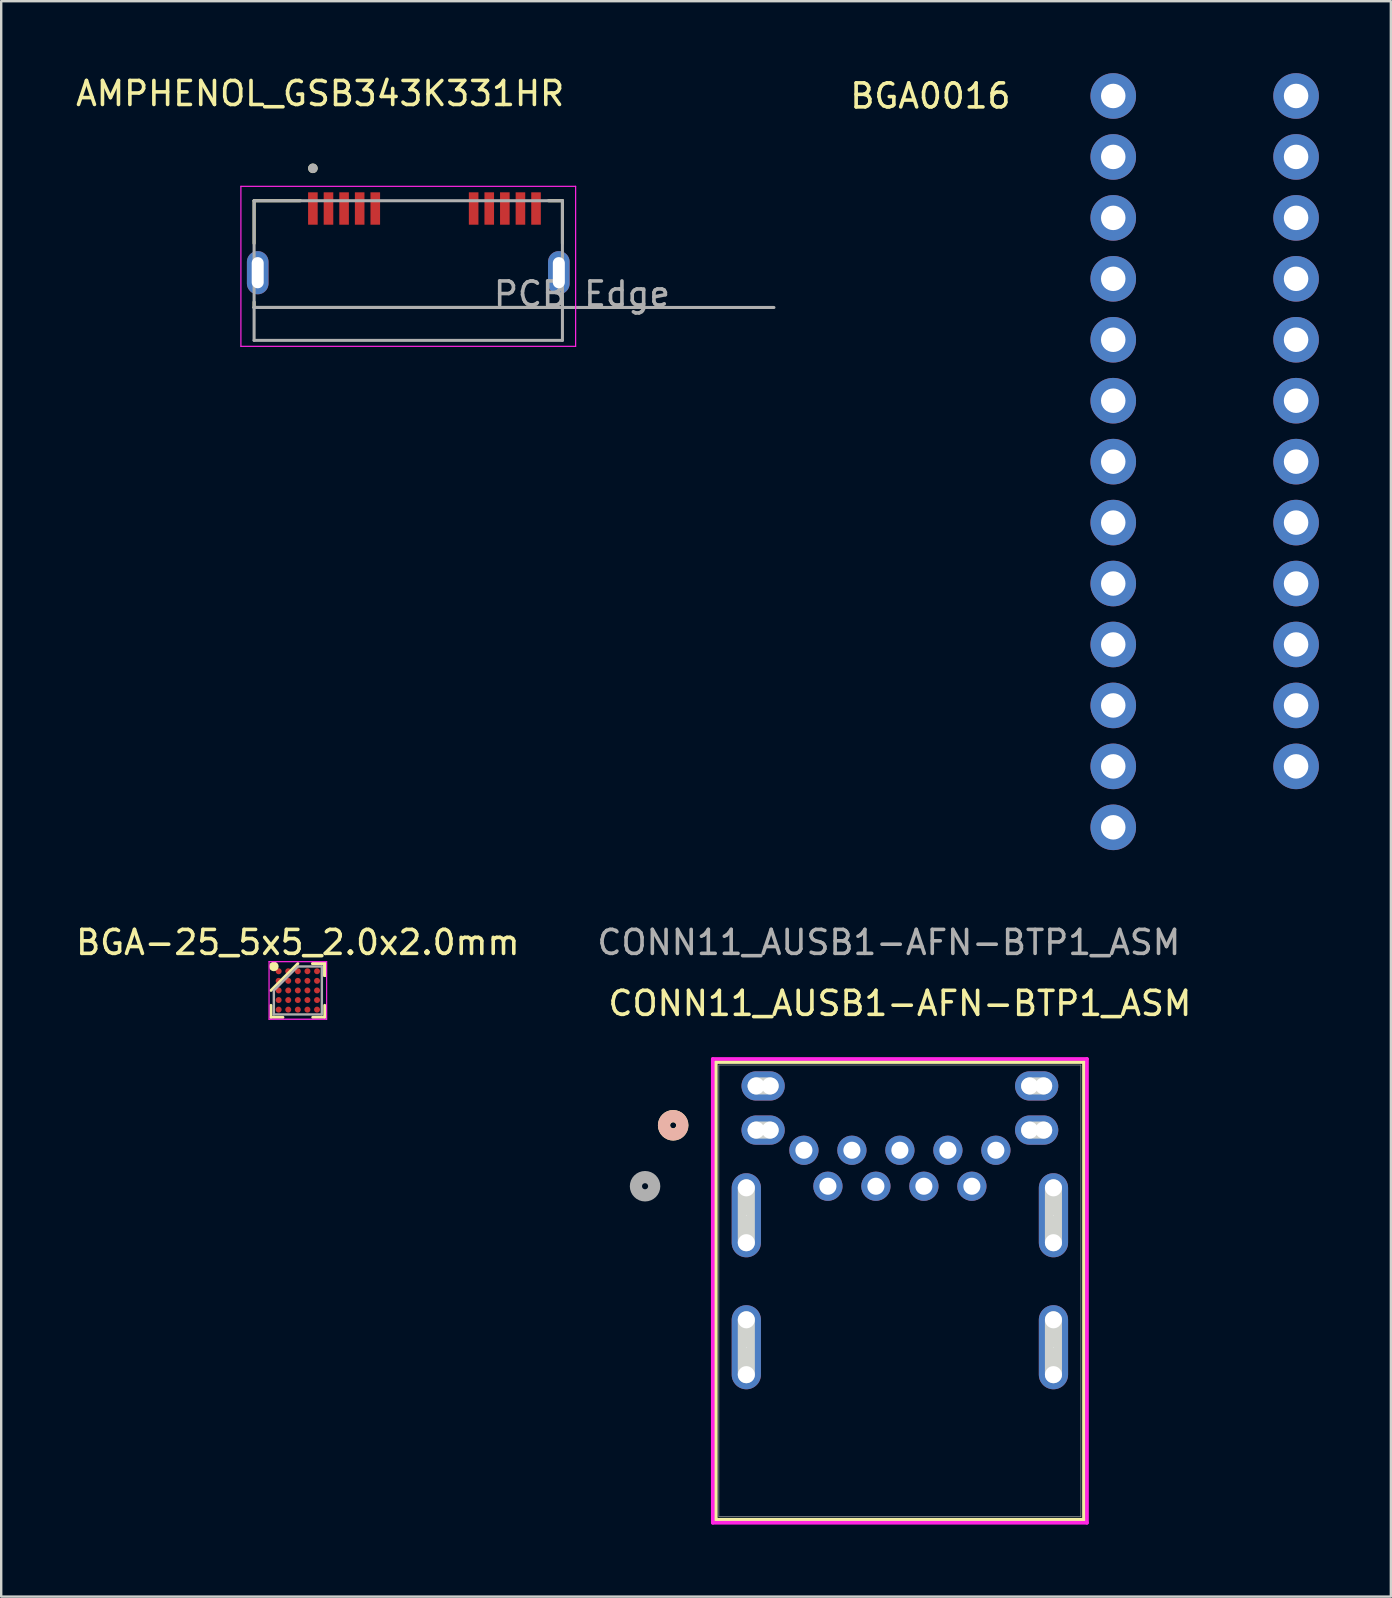
<source format=kicad_pcb>
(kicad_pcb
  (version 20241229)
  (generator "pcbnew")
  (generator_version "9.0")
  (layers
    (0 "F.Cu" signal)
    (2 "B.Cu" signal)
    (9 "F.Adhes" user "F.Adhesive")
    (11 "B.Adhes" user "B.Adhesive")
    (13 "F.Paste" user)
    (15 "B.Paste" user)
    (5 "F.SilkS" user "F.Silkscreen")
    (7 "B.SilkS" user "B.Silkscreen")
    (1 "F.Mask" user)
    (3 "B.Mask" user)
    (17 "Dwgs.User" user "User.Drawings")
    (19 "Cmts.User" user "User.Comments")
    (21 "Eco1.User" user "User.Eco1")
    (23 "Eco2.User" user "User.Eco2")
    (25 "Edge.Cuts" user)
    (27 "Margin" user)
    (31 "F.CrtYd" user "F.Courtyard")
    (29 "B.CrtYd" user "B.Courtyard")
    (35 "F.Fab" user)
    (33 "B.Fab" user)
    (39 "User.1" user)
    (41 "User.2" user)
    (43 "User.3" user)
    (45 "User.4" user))
  (footprint "CONN11_AUSB1-AFN-BTP1_ASM"
    (layer "F.Cu")
    (at 31.454 46.388)
    (property "Reference" "CONN11_AUSB1-AFN-BTP1_ASM" (at 3 -7.62 0) (unlocked yes) (layer "F.SilkS") (effects (font (size 1 1) (thickness 0.15))))
    (attr through_hole)
    (fp_line (start -4.671 -5.177) (end -4.671 13.898) (stroke (width 0.152) (type solid)) (layer "F.SilkS"))
    (fp_line (start -4.671 13.898) (end 10.671 13.898) (stroke (width 0.152) (type solid)) (layer "F.SilkS"))
    (fp_line (start 10.671 -5.177) (end -4.671 -5.177) (stroke (width 0.152) (type solid)) (layer "F.SilkS"))
    (fp_line (start 10.671 13.898) (end 10.671 -5.177) (stroke (width 0.152) (type solid)) (layer "F.SilkS"))
    (fp_circle (center -6.449 -2.54) (end -6.068 -2.54) (stroke (width 0.508) (type solid)) (fill no) (layer "F.SilkS"))
    (fp_circle (center -6.449 -2.54) (end -6.068 -2.54) (stroke (width 0.508) (type solid)) (fill no) (layer "B.SilkS"))
    (fp_line (start -3.4 2.353) (end -3.4 0.067) (stroke (width 0.711) (type solid)) (layer "Edge.Cuts"))
    (fp_line (start -3.4 7.853) (end -3.4 5.567) (stroke (width 0.711) (type solid)) (layer "Edge.Cuts"))
    (fp_line (start -2.992 -4.18) (end -2.408 -4.18) (stroke (width 0.711) (type solid)) (layer "Edge.Cuts"))
    (fp_line (start -2.992 -2.34) (end -2.408 -2.34) (stroke (width 0.711) (type solid)) (layer "Edge.Cuts"))
    (fp_line (start 8.408 -4.18) (end 8.992 -4.18) (stroke (width 0.711) (type solid)) (layer "Edge.Cuts"))
    (fp_line (start 8.408 -2.34) (end 8.992 -2.34) (stroke (width 0.711) (type solid)) (layer "Edge.Cuts"))
    (fp_line (start 9.4 2.353) (end 9.4 0.067) (stroke (width 0.711) (type solid)) (layer "Edge.Cuts"))
    (fp_line (start 9.4 7.853) (end 9.4 5.567) (stroke (width 0.711) (type solid)) (layer "Edge.Cuts"))
    (fp_line (start -4.798 -5.304) (end -4.798 14.025) (stroke (width 0.152) (type solid)) (layer "F.CrtYd"))
    (fp_line (start -4.798 14.025) (end 10.798 14.025) (stroke (width 0.152) (type solid)) (layer "F.CrtYd"))
    (fp_line (start 10.798 -5.304) (end -4.798 -5.304) (stroke (width 0.152) (type solid)) (layer "F.CrtYd"))
    (fp_line (start 10.798 14.025) (end 10.798 -5.304) (stroke (width 0.152) (type solid)) (layer "F.CrtYd"))
    (fp_line (start -4.544 -5.05) (end -4.544 13.771) (stroke (width 0.025) (type solid)) (layer "F.Fab"))
    (fp_line (start -4.544 13.771) (end 10.544 13.771) (stroke (width 0.025) (type solid)) (layer "F.Fab"))
    (fp_line (start 10.544 -5.05) (end -4.544 -5.05) (stroke (width 0.025) (type solid)) (layer "F.Fab"))
    (fp_line (start 10.544 13.771) (end 10.544 -5.05) (stroke (width 0.025) (type solid)) (layer "F.Fab"))
    (fp_circle (center -7.62 0) (end -7.239 0) (stroke (width 0.508) (type solid)) (fill no) (layer "F.Fab"))
    (fp_text user "${REFERENCE}" (at 2.54 -10.16 0) (unlocked yes) (layer "F.Fab") (effects (font (size 1 1) (thickness 0.15))))
    (pad "" np_thru_hole circle (at -3.4 0.067) (size 0.711 0.711) (drill 0.711) (layers "*.Cu" "*.Mask"))
    (pad "" np_thru_hole circle (at -3.4 2.353) (size 0.711 0.711) (drill 0.711) (layers "*.Cu" "*.Mask"))
    (pad "" np_thru_hole circle (at -3.4 5.567) (size 0.711 0.711) (drill 0.711) (layers "*.Cu" "*.Mask"))
    (pad "" np_thru_hole circle (at -3.4 7.853) (size 0.711 0.711) (drill 0.711) (layers "*.Cu" "*.Mask"))
    (pad "" np_thru_hole circle (at -2.992 -4.18) (size 0.711 0.711) (drill 0.711) (layers "*.Cu" "*.Mask"))
    (pad "" np_thru_hole circle (at -2.992 -2.34) (size 0.711 0.711) (drill 0.711) (layers "*.Cu" "*.Mask"))
    (pad "" np_thru_hole circle (at -2.408 -4.18) (size 0.711 0.711) (drill 0.711) (layers "*.Cu" "*.Mask"))
    (pad "" np_thru_hole circle (at -2.408 -2.34) (size 0.711 0.711) (drill 0.711) (layers "*.Cu" "*.Mask"))
    (pad "" np_thru_hole circle (at 8.408 -4.18) (size 0.711 0.711) (drill 0.711) (layers "*.Cu" "*.Mask"))
    (pad "" np_thru_hole circle (at 8.408 -2.34) (size 0.711 0.711) (drill 0.711) (layers "*.Cu" "*.Mask"))
    (pad "" np_thru_hole circle (at 8.992 -4.18) (size 0.711 0.711) (drill 0.711) (layers "*.Cu" "*.Mask"))
    (pad "" np_thru_hole circle (at 8.992 -2.34) (size 0.711 0.711) (drill 0.711) (layers "*.Cu" "*.Mask"))
    (pad "" np_thru_hole circle (at 9.4 0.067) (size 0.711 0.711) (drill 0.711) (layers "*.Cu" "*.Mask"))
    (pad "" np_thru_hole circle (at 9.4 2.353) (size 0.711 0.711) (drill 0.711) (layers "*.Cu" "*.Mask"))
    (pad "" np_thru_hole circle (at 9.4 5.567) (size 0.711 0.711) (drill 0.711) (layers "*.Cu" "*.Mask"))
    (pad "" np_thru_hole circle (at 9.4 7.853) (size 0.711 0.711) (drill 0.711) (layers "*.Cu" "*.Mask"))
    (pad "1" thru_hole circle (at 0 0) (size 1.219 1.219) (drill 0.711) (layers "*.Cu" "*.Mask"))
    (pad "2" thru_hole circle (at 2 0) (size 1.219 1.219) (drill 0.711) (layers "*.Cu" "*.Mask"))
    (pad "3" thru_hole circle (at 4 0) (size 1.219 1.219) (drill 0.711) (layers "*.Cu" "*.Mask"))
    (pad "4" thru_hole circle (at 6 0) (size 1.219 1.219) (drill 0.711) (layers "*.Cu" "*.Mask"))
    (pad "5" thru_hole circle (at 7 -1.5) (size 1.219 1.219) (drill 0.711) (layers "*.Cu" "*.Mask"))
    (pad "6" thru_hole circle (at 5 -1.5) (size 1.219 1.219) (drill 0.711) (layers "*.Cu" "*.Mask"))
    (pad "7" thru_hole circle (at 3 -1.5) (size 1.219 1.219) (drill 0.711) (layers "*.Cu" "*.Mask"))
    (pad "8" thru_hole circle (at 1 -1.5) (size 1.219 1.219) (drill 0.711) (layers "*.Cu" "*.Mask"))
    (pad "9" thru_hole circle (at -1 -1.5) (size 1.219 1.219) (drill 0.711) (layers "*.Cu" "*.Mask"))
    (pad "10" thru_hole oval (at -2.7 -2.34) (size 1.803 1.219) (drill oval 0.025) (layers "*.Cu" "*.Mask"))
    (pad "11" thru_hole oval (at 8.7 -2.34) (size 1.803 1.219) (drill 0.025) (layers "*.Cu" "*.Mask"))
    (pad "12" thru_hole oval (at -2.7 -4.18) (size 1.803 1.219) (drill 0.025) (layers "*.Cu" "*.Mask"))
    (pad "13" thru_hole oval (at 8.7 -4.18) (size 1.803 1.219) (drill 0.025) (layers "*.Cu" "*.Mask"))
    (pad "14" thru_hole oval (at -3.4 1.21 90) (size 3.505 1.219) (drill 0.025) (layers "*.Cu" "*.Mask"))
    (pad "15" thru_hole oval (at 9.4 1.21 90) (size 3.505 1.219) (drill 0.025) (layers "*.Cu" "*.Mask"))
    (pad "16" thru_hole oval (at -3.4 6.71 90) (size 3.505 1.219) (drill 0.025) (layers "*.Cu" "*.Mask"))
    (pad "17" thru_hole oval (at 9.4 6.71 90) (size 3.505 1.219) (drill 0.025) (layers "*.Cu" "*.Mask")))
  (footprint "BGA-25_5x5_2.0x2.0mm"
    (layer "F.Cu")
    (at 9.363 38.228)
    (property "Reference" "BGA-25_5x5_2.0x2.0mm" (at 0 -2 0) (layer "F.SilkS") (effects (font (size 1 1) (thickness 0.15))))
    (attr smd)
    (fp_line (start -1.12 1.12) (end -1.12 0.62) (stroke (width 0.12) (type solid)) (layer "F.SilkS"))
    (fp_line (start -0.62 1.12) (end -1.12 1.12) (stroke (width 0.12) (type solid)) (layer "F.SilkS"))
    (fp_line (start 0 -1.12) (end -1.12 0) (stroke (width 0.12) (type solid)) (layer "F.SilkS"))
    (fp_line (start 0.62 -1.12) (end 1.12 -1.12) (stroke (width 0.12) (type solid)) (layer "F.SilkS"))
    (fp_line (start 0.62 -1.12) (end 1.12 -1.12) (stroke (width 0.12) (type solid)) (layer "F.SilkS"))
    (fp_line (start 0.62 -1.12) (end 1.12 -1.12) (stroke (width 0.12) (type solid)) (layer "F.SilkS"))
    (fp_line (start 0.62 1.12) (end 1.12 1.12) (stroke (width 0.12) (type solid)) (layer "F.SilkS"))
    (fp_line (start 1.12 -1.12) (end 1.12 -0.62) (stroke (width 0.12) (type solid)) (layer "F.SilkS"))
    (fp_line (start 1.12 -1.12) (end 1.12 -0.62) (stroke (width 0.12) (type solid)) (layer "F.SilkS"))
    (fp_line (start 1.12 -1.12) (end 1.12 -0.62) (stroke (width 0.12) (type solid)) (layer "F.SilkS"))
    (fp_line (start 1.12 1.12) (end 1.12 0.62) (stroke (width 0.12) (type solid)) (layer "F.SilkS"))
    (fp_circle (center -1 -1) (end -1 -0.9) (stroke (width 0.2) (type solid)) (fill no) (layer "F.SilkS"))
    (fp_line (start -1.2 -1.2) (end 1.2 -1.2) (stroke (width 0.05) (type solid)) (layer "F.CrtYd"))
    (fp_line (start -1.2 1.2) (end -1.2 -1.2) (stroke (width 0.05) (type solid)) (layer "F.CrtYd"))
    (fp_line (start 1.2 -1.2) (end 1.2 1.2) (stroke (width 0.05) (type solid)) (layer "F.CrtYd"))
    (fp_line (start 1.2 1.2) (end -1.2 1.2) (stroke (width 0.05) (type solid)) (layer "F.CrtYd"))
    (fp_line (start -1 0) (end -1 1) (stroke (width 0.1) (type solid)) (layer "F.Fab"))
    (fp_line (start -1 1) (end 1 1) (stroke (width 0.1) (type solid)) (layer "F.Fab"))
    (fp_line (start 0 -1) (end -1 0) (stroke (width 0.1) (type solid)) (layer "F.Fab"))
    (fp_line (start 1 -1) (end 0 -1) (stroke (width 0.1) (type solid)) (layer "F.Fab"))
    (fp_line (start 1 1) (end 1 -1) (stroke (width 0.1) (type solid)) (layer "F.Fab"))
    (pad "A1" smd circle (at -0.8 -0.8) (size 0.25 0.25) (layers "F.Cu" "F.Mask" "F.Paste"))
    (pad "A2" smd circle (at -0.4 -0.8) (size 0.25 0.25) (layers "F.Cu" "F.Mask" "F.Paste"))
    (pad "A3" smd circle (at 0 -0.8) (size 0.25 0.25) (layers "F.Cu" "F.Mask" "F.Paste"))
    (pad "A4" smd circle (at 0.4 -0.8) (size 0.25 0.25) (layers "F.Cu" "F.Mask" "F.Paste"))
    (pad "A5" smd circle (at 0.8 -0.8) (size 0.25 0.25) (layers "F.Cu" "F.Mask" "F.Paste"))
    (pad "B1" smd circle (at -0.8 -0.4) (size 0.25 0.25) (layers "F.Cu" "F.Mask" "F.Paste"))
    (pad "B2" smd circle (at -0.4 -0.4) (size 0.25 0.25) (layers "F.Cu" "F.Mask" "F.Paste"))
    (pad "B3" smd circle (at 0 -0.4) (size 0.25 0.25) (layers "F.Cu" "F.Mask" "F.Paste"))
    (pad "B4" smd circle (at 0.4 -0.4) (size 0.25 0.25) (layers "F.Cu" "F.Mask" "F.Paste"))
    (pad "B5" smd circle (at 0.8 -0.4) (size 0.25 0.25) (layers "F.Cu" "F.Mask" "F.Paste"))
    (pad "C1" smd circle (at -0.8 0) (size 0.25 0.25) (layers "F.Cu" "F.Mask" "F.Paste"))
    (pad "C2" smd circle (at -0.4 0) (size 0.25 0.25) (layers "F.Cu" "F.Mask" "F.Paste"))
    (pad "C3" smd circle (at 0 0) (size 0.25 0.25) (layers "F.Cu" "F.Mask" "F.Paste"))
    (pad "C4" smd circle (at 0.4 0) (size 0.25 0.25) (layers "F.Cu" "F.Mask" "F.Paste"))
    (pad "C5" smd circle (at 0.8 0) (size 0.25 0.25) (layers "F.Cu" "F.Mask" "F.Paste"))
    (pad "D1" smd circle (at -0.8 0.4) (size 0.25 0.25) (layers "F.Cu" "F.Mask" "F.Paste"))
    (pad "D2" smd circle (at -0.4 0.4) (size 0.25 0.25) (layers "F.Cu" "F.Mask" "F.Paste"))
    (pad "D3" smd circle (at 0 0.4) (size 0.25 0.25) (layers "F.Cu" "F.Mask" "F.Paste"))
    (pad "D4" smd circle (at 0.4 0.4) (size 0.25 0.25) (layers "F.Cu" "F.Mask" "F.Paste"))
    (pad "D5" smd circle (at 0.8 0.4) (size 0.25 0.25) (layers "F.Cu" "F.Mask" "F.Paste"))
    (pad "E1" smd circle (at -0.8 0.8) (size 0.25 0.25) (layers "F.Cu" "F.Mask" "F.Paste"))
    (pad "E2" smd circle (at -0.4 0.8) (size 0.25 0.25) (layers "F.Cu" "F.Mask" "F.Paste"))
    (pad "E3" smd circle (at 0 0.8) (size 0.25 0.25) (layers "F.Cu" "F.Mask" "F.Paste"))
    (pad "E4" smd circle (at 0.4 0.8) (size 0.25 0.25) (layers "F.Cu" "F.Mask" "F.Paste"))
    (pad "E5" smd circle (at 0.8 0.8) (size 0.25 0.25) (layers "F.Cu" "F.Mask" "F.Paste")))
  (footprint "BGA0016"
    (layer "F.Cu")
    (at 48.426 9.84)
    (property "Reference" "BGA0016" (at -12.7 -8.89 0) (layer "F.SilkS") (effects (font (size 1 1) (thickness 0.15))))
    (attr through_hole)
    (pad "A1" thru_hole circle (at -5.08 -8.89) (size 1.9 1.9) (drill 1.02) (layers "*.Cu" "*.Mask"))
    (pad "A2" thru_hole circle (at -5.08 -6.35) (size 1.9 1.9) (drill 1.02) (layers "*.Cu" "*.Mask"))
    (pad "A3" thru_hole circle (at -5.08 -3.81) (size 1.9 1.9) (drill 1.02) (layers "*.Cu" "*.Mask"))
    (pad "A4" thru_hole circle (at 2.54 -8.89) (size 1.9 1.9) (drill 1.02) (layers "*.Cu" "*.Mask"))
    (pad "A5" thru_hole circle (at 2.54 -6.35) (size 1.9 1.9) (drill 1.02) (layers "*.Cu" "*.Mask"))
    (pad "B1" thru_hole circle (at -5.08 -1.27) (size 1.9 1.9) (drill 1.02) (layers "*.Cu" "*.Mask"))
    (pad "B2" thru_hole circle (at -5.08 1.27) (size 1.9 1.9) (drill 1.02) (layers "*.Cu" "*.Mask"))
    (pad "B3" thru_hole circle (at 2.54 -3.81) (size 1.9 1.9) (drill 1.02) (layers "*.Cu" "*.Mask"))
    (pad "B4" thru_hole circle (at 2.54 -1.27) (size 1.9 1.9) (drill 1.02) (layers "*.Cu" "*.Mask"))
    (pad "B5" thru_hole circle (at 2.54 1.27) (size 1.9 1.9) (drill 1.02) (layers "*.Cu" "*.Mask"))
    (pad "C1" thru_hole circle (at -5.08 3.81) (size 1.9 1.9) (drill 1.02) (layers "*.Cu" "*.Mask"))
    (pad "C2" thru_hole circle (at -5.08 6.35) (size 1.9 1.9) (drill 1.02) (layers "*.Cu" "*.Mask"))
    (pad "C3" thru_hole circle (at -5.08 8.89) (size 1.9 1.9) (drill 1.02) (layers "*.Cu" "*.Mask"))
    (pad "C4" thru_hole circle (at 2.54 3.81) (size 1.9 1.9) (drill 1.02) (layers "*.Cu" "*.Mask"))
    (pad "C5" thru_hole circle (at 2.54 6.35) (size 1.9 1.9) (drill 1.02) (layers "*.Cu" "*.Mask"))
    (pad "D1" thru_hole circle (at -5.08 11.43) (size 1.9 1.9) (drill 1.02) (layers "*.Cu" "*.Mask"))
    (pad "D2" thru_hole circle (at -5.08 13.97) (size 1.9 1.9) (drill 1.02) (layers "*.Cu" "*.Mask"))
    (pad "D3" thru_hole circle (at 2.54 8.89) (size 1.9 1.9) (drill 1.02) (layers "*.Cu" "*.Mask"))
    (pad "D4" thru_hole circle (at 2.54 11.43) (size 1.9 1.9) (drill 1.02) (layers "*.Cu" "*.Mask"))
    (pad "D5" thru_hole circle (at 2.54 13.97) (size 1.9 1.9) (drill 1.02) (layers "*.Cu" "*.Mask"))
    (pad "E1" thru_hole circle (at -5.08 16.51) (size 1.9 1.9) (drill 1.02) (layers "*.Cu" "*.Mask"))
    (pad "E2" thru_hole circle (at -5.08 19.05) (size 1.9 1.9) (drill 1.02) (layers "*.Cu" "*.Mask"))
    (pad "E3" thru_hole circle (at -5.08 21.59) (size 1.9 1.9) (drill 1.02) (layers "*.Cu" "*.Mask"))
    (pad "E4" thru_hole circle (at 2.54 16.51) (size 1.9 1.9) (drill 1.02) (layers "*.Cu" "*.Mask"))
    (pad "E5" thru_hole circle (at 2.54 19.05) (size 1.9 1.9) (drill 1.02) (layers "*.Cu" "*.Mask")))
  (footprint "AMPHENOL_GSB343K331HR"
    (layer "F.Cu")
    (at 13.965 8.315)
    (property "Reference" "AMPHENOL_GSB343K331HR" (at -3.673 -7.467 0) (layer "F.SilkS") (effects (font (size 1 1) (thickness 0.15))))
    (attr smd)
    (fp_line (start -6.425 -3) (end -4.495 -3) (stroke (width 0.127) (type solid)) (layer "F.SilkS"))
    (fp_line (start -6.425 -1.22) (end -6.425 -3) (stroke (width 0.127) (type solid)) (layer "F.SilkS"))
    (fp_line (start -6.425 1.45) (end -6.425 1.22) (stroke (width 0.127) (type solid)) (layer "F.SilkS"))
    (fp_line (start 5.845 -3) (end 6.425 -3) (stroke (width 0.127) (type solid)) (layer "F.SilkS"))
    (fp_line (start 6.425 -3) (end 6.425 -1.22) (stroke (width 0.127) (type solid)) (layer "F.SilkS"))
    (fp_line (start 6.425 1.45) (end -6.425 1.45) (stroke (width 0.127) (type solid)) (layer "F.SilkS"))
    (fp_line (start 6.425 1.45) (end 6.425 1.22) (stroke (width 0.127) (type solid)) (layer "F.SilkS"))
    (fp_circle (center -3.975 -4.35) (end -3.875 -4.35) (stroke (width 0.2) (type solid)) (fill no) (layer "F.SilkS"))
    (fp_line (start -6.975 -3.6) (end -6.975 3.07) (stroke (width 0.05) (type solid)) (layer "F.CrtYd"))
    (fp_line (start -6.975 3.07) (end 6.975 3.07) (stroke (width 0.05) (type solid)) (layer "F.CrtYd"))
    (fp_line (start 6.975 -3.6) (end -6.975 -3.6) (stroke (width 0.05) (type solid)) (layer "F.CrtYd"))
    (fp_line (start 6.975 3.07) (end 6.975 -3.6) (stroke (width 0.05) (type solid)) (layer "F.CrtYd"))
    (fp_line (start -6.425 -3) (end 6.425 -3) (stroke (width 0.127) (type solid)) (layer "F.Fab"))
    (fp_line (start -6.425 1.45) (end -6.425 -3) (stroke (width 0.127) (type solid)) (layer "F.Fab"))
    (fp_line (start -6.425 1.45) (end 15.24 1.45) (stroke (width 0.127) (type solid)) (layer "F.Fab"))
    (fp_line (start -6.425 2.82) (end -6.425 1.45) (stroke (width 0.127) (type solid)) (layer "F.Fab"))
    (fp_line (start 6.425 -3) (end 6.425 2.82) (stroke (width 0.127) (type solid)) (layer "F.Fab"))
    (fp_line (start 6.425 2.82) (end -6.425 2.82) (stroke (width 0.127) (type solid)) (layer "F.Fab"))
    (fp_circle (center -3.975 -4.35) (end -3.875 -4.35) (stroke (width 0.2) (type solid)) (fill no) (layer "F.Fab"))
    (fp_text user "PCB Edge" (at 7.239 0.889 0) (layer "F.Fab") (effects (font (size 1 1) (thickness 0.15))))
    (pad "1" smd rect (at -3.975 -2.675) (size 0.4 1.35) (layers "F.Cu" "F.Mask" "F.Paste"))
    (pad "2" smd rect (at -3.325 -2.675) (size 0.4 1.35) (layers "F.Cu" "F.Mask" "F.Paste"))
    (pad "3" smd rect (at -2.675 -2.675) (size 0.4 1.35) (layers "F.Cu" "F.Mask" "F.Paste"))
    (pad "4" smd rect (at -2.025 -2.675) (size 0.4 1.35) (layers "F.Cu" "F.Mask" "F.Paste"))
    (pad "5" smd rect (at -1.375 -2.675) (size 0.4 1.35) (layers "F.Cu" "F.Mask" "F.Paste"))
    (pad "6" smd rect (at 2.725 -2.675) (size 0.4 1.35) (layers "F.Cu" "F.Mask" "F.Paste"))
    (pad "7" smd rect (at 3.375 -2.675) (size 0.4 1.35) (layers "F.Cu" "F.Mask" "F.Paste"))
    (pad "8" smd rect (at 4.025 -2.675) (size 0.4 1.35) (layers "F.Cu" "F.Mask" "F.Paste"))
    (pad "9" smd rect (at 4.675 -2.675) (size 0.4 1.35) (layers "F.Cu" "F.Mask" "F.Paste"))
    (pad "10" smd rect (at 5.325 -2.675) (size 0.4 1.35) (layers "F.Cu" "F.Mask" "F.Paste"))
    (pad "S1" thru_hole oval (at -6.275 0) (size 0.9 1.8) (drill oval 0.5 1.3) (layers "*.Cu" "*.Mask"))
    (pad "S2" thru_hole oval (at 6.275 0) (size 0.9 1.8) (drill oval 0.5 1.3) (layers "*.Cu" "*.Mask")))
  (gr_rect
    (start -3 -3)
    (end 54.916 63.49)
    (stroke (width 0.1) (type default))
    (fill no)
    (layer "Edge.Cuts")))
</source>
